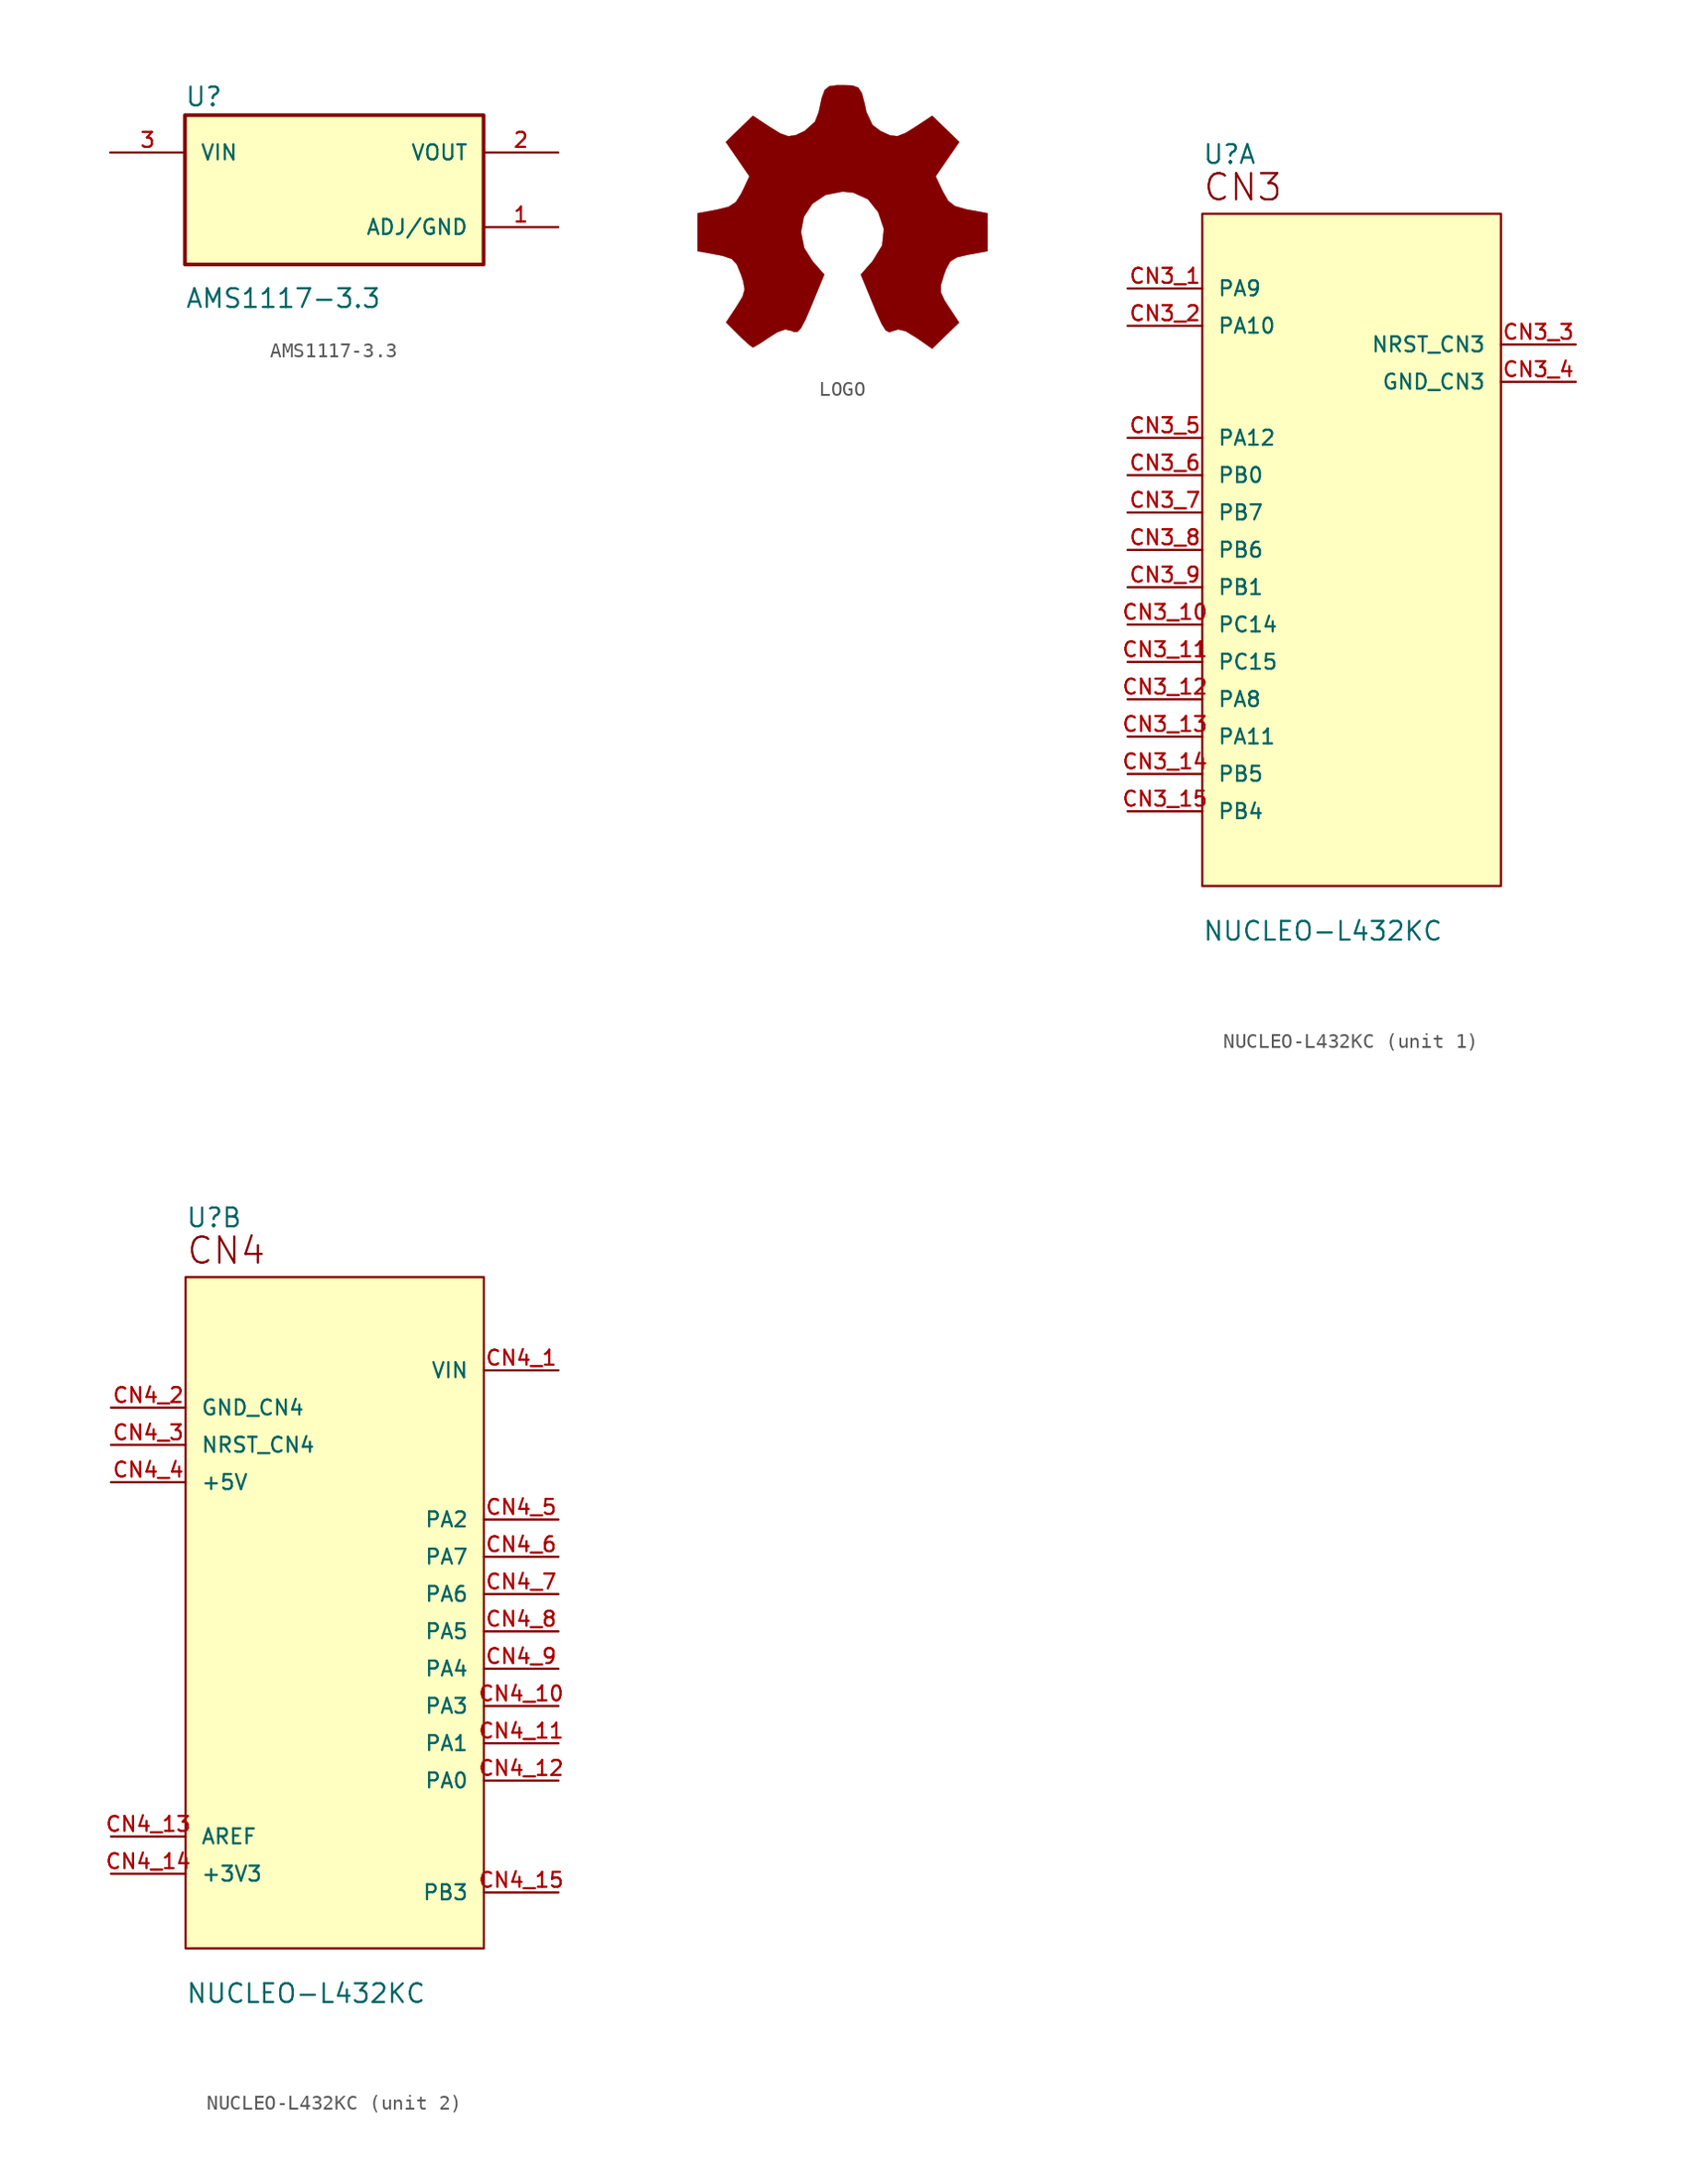
<source format=kicad_sym>
(kicad_symbol_lib
  (version 20220914)
  (generator kicad_symbol_editor)
  (symbol "AMS1117-3.3"
    (pin_names
      (offset 1.016))
    (property "Reference" "U"
      (at -10.185 5.588 0)
      (effects (font (size 1.27 1.27)) (justify left bottom)))
    (property "Value" "AMS1117-3.3"
      (at -10.16 -8.128 0)
      (effects (font (size 1.27 1.27)) (justify left bottom)))
    (property "ki_locked" ""
      (at 0 0 0)
      (effects (font (size 1.27 1.27))))
    (symbol "AMS1117-3.3_0_0"
      (rectangle (start -10.16 -5.08) (end 10.16 5.08) (stroke (width 0.254) (type default)) (fill (type background)))
      (pin power_in line (at 15.24 -2.54 180) (length 5.08) (name "ADJ/GND" (effects (font (size 1.016 1.016)))) (number "1" (effects (font (size 1.016 1.016)))))
      (pin output line (at 15.24 2.54 180) (length 5.08) (name "VOUT" (effects (font (size 1.016 1.016)))) (number "2" (effects (font (size 1.016 1.016)))))
      (pin input line (at -15.24 2.54 0) (length 5.08) (name "VIN" (effects (font (size 1.016 1.016)))) (number "3" (effects (font (size 1.016 1.016)))))))
  (symbol "LOGO"
    (pin_names
      (offset 1.016))
    (property "Reference" "#G"
      (at 0 12.876 0)
      (effects (font (size 1.27 1.27)) hide))
    (symbol "LOGO_0_0"
      (polyline (pts (xy 7.151 -3.522) (xy 8.068 -2.633) (xy 7.361 -1.563) (xy 7.083 -1.133) (xy 6.827 -0.589) (xy 6.825 -0.085) (xy 7.042 0.629) (xy 7.177 1.001) (xy 7.469 1.526) (xy 7.918 1.803) (xy 8.714 1.986) (xy 9.998 2.22) (xy 9.998 4.805) (xy 8.715 5.04) (xy 8.526 5.076) (xy 7.778 5.289) (xy 7.323 5.646) (xy 6.952 6.294) (xy 6.472 7.314) (xy 7.275 8.482) (xy 8.078 9.649) (xy 6.236 11.435) (xy 5.15 10.716) (xy 4.422 10.261) (xy 3.866 10.047) (xy 3.363 10.101) (xy 2.711 10.399) (xy 2.171 10.811) (xy 1.759 11.682) (xy 1.641 12.257) (xy 1.448 12.98) (xy 1.201 13.352) (xy 0.798 13.491) (xy 0.135 13.511) (xy -0.26 13.507) (xy -0.771 13.438) (xy -1.077 13.189) (xy -1.281 12.642) (xy -1.488 11.682) (xy -1.736 11.033) (xy -2.441 10.399) (xy -3.048 10.117) (xy -3.556 10.041) (xy -4.1 10.233) (xy -4.88 10.716) (xy -5.966 11.435) (xy -6.887 10.542) (xy -7.808 9.649) (xy -7.005 8.482) (xy -6.202 7.314) (xy -6.682 6.294) (xy -6.755 6.144) (xy -7.125 5.561) (xy -7.619 5.242) (xy -8.445 5.04) (xy -9.728 4.805) (xy -9.728 2.22) (xy -8.444 1.986) (xy -8.019 1.903) (xy -7.408 1.695) (xy -7.056 1.322) (xy -6.772 0.629) (xy -6.625 0.185) (xy -6.527 -0.38) (xy -6.669 -0.876) (xy -7.087 -1.558) (xy -7.791 -2.623) (xy -6.941 -3.473) (xy -6.696 -3.712) (xy -6.214 -4.15) (xy -5.965 -4.323) (xy -5.884 -4.293) (xy -5.462 -4.045) (xy -4.833 -3.627) (xy -4.317 -3.298) (xy -3.762 -3.1) (xy -3.313 -3.205) (xy -3.189 -3.263) (xy -2.936 -3.267) (xy -2.689 -3.018) (xy -2.383 -2.432) (xy -1.952 -1.424) (xy -1.106 0.633) (xy -1.904 1.542) (xy -2.466 2.435) (xy -2.688 3.523) (xy -2.492 4.56) (xy -1.924 5.436) (xy -1.033 6.043) (xy 0.135 6.269) (xy 0.862 6.202) (xy 1.858 5.756) (xy 2.564 4.869) (xy 2.941 3.733) (xy 2.825 2.609) (xy 2.174 1.542) (xy 1.376 0.633) (xy 2.223 -1.424) (xy 2.424 -1.908) (xy 2.794 -2.727) (xy 3.067 -3.16) (xy 3.309 -3.291) (xy 3.583 -3.205) (xy 3.921 -3.101) (xy 4.428 -3.221) (xy 5.166 -3.67) (xy 6.234 -4.41) (xy 7.151 -3.522)) (stroke (width 0.01) (type default)) (fill (type outline)))))
  (symbol "NUCLEO-L432KC"
    (pin_names
      (offset 1.016))
    (property "Reference" "U"
      (at -10.16 21.082 0)
      (effects (font (size 1.27 1.27)) (justify left bottom)))
    (property "Value" "NUCLEO-L432KC"
      (at -10.16 -31.75 0)
      (effects (font (size 1.27 1.27)) (justify left bottom)))
    (property "ki_locked" ""
      (at 0 0 0)
      (effects (font (size 1.27 1.27))))
    (symbol "NUCLEO-L432KC_1_0"
      (rectangle (start -10.16 17.78) (end 10.16 -27.94) (stroke (width 0.152) (type default)) (fill (type background)))
      (text "CN3" (at -10.16 18.542 0) (effects (font (size 1.778 1.778)) (justify left bottom)))
      (pin bidirectional line (at -15.24 12.7 0) (length 5.08) (name "PA9" (effects (font (size 1.016 1.016)))) (number "CN3_1" (effects (font (size 1.016 1.016)))))
      (pin bidirectional line (at -15.24 -10.16 0) (length 5.08) (name "PC14" (effects (font (size 1.016 1.016)))) (number "CN3_10" (effects (font (size 1.016 1.016)))))
      (pin bidirectional line (at -15.24 -12.7 0) (length 5.08) (name "PC15" (effects (font (size 1.016 1.016)))) (number "CN3_11" (effects (font (size 1.016 1.016)))))
      (pin bidirectional line (at -15.24 -15.24 0) (length 5.08) (name "PA8" (effects (font (size 1.016 1.016)))) (number "CN3_12" (effects (font (size 1.016 1.016)))))
      (pin bidirectional line (at -15.24 -17.78 0) (length 5.08) (name "PA11" (effects (font (size 1.016 1.016)))) (number "CN3_13" (effects (font (size 1.016 1.016)))))
      (pin bidirectional line (at -15.24 -20.32 0) (length 5.08) (name "PB5" (effects (font (size 1.016 1.016)))) (number "CN3_14" (effects (font (size 1.016 1.016)))))
      (pin bidirectional line (at -15.24 -22.86 0) (length 5.08) (name "PB4" (effects (font (size 1.016 1.016)))) (number "CN3_15" (effects (font (size 1.016 1.016)))))
      (pin bidirectional line (at -15.24 10.16 0) (length 5.08) (name "PA10" (effects (font (size 1.016 1.016)))) (number "CN3_2" (effects (font (size 1.016 1.016)))))
      (pin bidirectional line (at 15.24 8.89 180) (length 5.08) (name "NRST_CN3" (effects (font (size 1.016 1.016)))) (number "CN3_3" (effects (font (size 1.016 1.016)))))
      (pin power_in line (at 15.24 6.35 180) (length 5.08) (name "GND_CN3" (effects (font (size 1.016 1.016)))) (number "CN3_4" (effects (font (size 1.016 1.016)))))
      (pin bidirectional line (at -15.24 2.54 0) (length 5.08) (name "PA12" (effects (font (size 1.016 1.016)))) (number "CN3_5" (effects (font (size 1.016 1.016)))))
      (pin bidirectional line (at -15.24 0 0) (length 5.08) (name "PB0" (effects (font (size 1.016 1.016)))) (number "CN3_6" (effects (font (size 1.016 1.016)))))
      (pin bidirectional line (at -15.24 -2.54 0) (length 5.08) (name "PB7" (effects (font (size 1.016 1.016)))) (number "CN3_7" (effects (font (size 1.016 1.016)))))
      (pin bidirectional line (at -15.24 -5.08 0) (length 5.08) (name "PB6" (effects (font (size 1.016 1.016)))) (number "CN3_8" (effects (font (size 1.016 1.016)))))
      (pin bidirectional line (at -15.24 -7.62 0) (length 5.08) (name "PB1" (effects (font (size 1.016 1.016)))) (number "CN3_9" (effects (font (size 1.016 1.016))))))
    (symbol "NUCLEO-L432KC_2_0"
      (rectangle (start -10.16 17.78) (end 10.16 -27.94) (stroke (width 0.152) (type default)) (fill (type background)))
      (text "CN4" (at -10.16 18.542 0) (effects (font (size 1.778 1.778)) (justify left bottom)))
      (pin input line (at 15.24 11.43 180) (length 5.08) (name "VIN" (effects (font (size 1.016 1.016)))) (number "CN4_1" (effects (font (size 1.016 1.016)))))
      (pin bidirectional line (at 15.24 -11.43 180) (length 5.08) (name "PA3" (effects (font (size 1.016 1.016)))) (number "CN4_10" (effects (font (size 1.016 1.016)))))
      (pin bidirectional line (at 15.24 -13.97 180) (length 5.08) (name "PA1" (effects (font (size 1.016 1.016)))) (number "CN4_11" (effects (font (size 1.016 1.016)))))
      (pin bidirectional line (at 15.24 -16.51 180) (length 5.08) (name "PA0" (effects (font (size 1.016 1.016)))) (number "CN4_12" (effects (font (size 1.016 1.016)))))
      (pin bidirectional line (at -15.24 -20.32 0) (length 5.08) (name "AREF" (effects (font (size 1.016 1.016)))) (number "CN4_13" (effects (font (size 1.016 1.016)))))
      (pin power_in line (at -15.24 -22.86 0) (length 5.08) (name "+3V3" (effects (font (size 1.016 1.016)))) (number "CN4_14" (effects (font (size 1.016 1.016)))))
      (pin bidirectional line (at 15.24 -24.13 180) (length 5.08) (name "PB3" (effects (font (size 1.016 1.016)))) (number "CN4_15" (effects (font (size 1.016 1.016)))))
      (pin power_in line (at -15.24 8.89 0) (length 5.08) (name "GND_CN4" (effects (font (size 1.016 1.016)))) (number "CN4_2" (effects (font (size 1.016 1.016)))))
      (pin bidirectional line (at -15.24 6.35 0) (length 5.08) (name "NRST_CN4" (effects (font (size 1.016 1.016)))) (number "CN4_3" (effects (font (size 1.016 1.016)))))
      (pin power_in line (at -15.24 3.81 0) (length 5.08) (name "+5V" (effects (font (size 1.016 1.016)))) (number "CN4_4" (effects (font (size 1.016 1.016)))))
      (pin bidirectional line (at 15.24 1.27 180) (length 5.08) (name "PA2" (effects (font (size 1.016 1.016)))) (number "CN4_5" (effects (font (size 1.016 1.016)))))
      (pin bidirectional line (at 15.24 -1.27 180) (length 5.08) (name "PA7" (effects (font (size 1.016 1.016)))) (number "CN4_6" (effects (font (size 1.016 1.016)))))
      (pin bidirectional line (at 15.24 -3.81 180) (length 5.08) (name "PA6" (effects (font (size 1.016 1.016)))) (number "CN4_7" (effects (font (size 1.016 1.016)))))
      (pin bidirectional line (at 15.24 -6.35 180) (length 5.08) (name "PA5" (effects (font (size 1.016 1.016)))) (number "CN4_8" (effects (font (size 1.016 1.016)))))
      (pin bidirectional line (at 15.24 -8.89 180) (length 5.08) (name "PA4" (effects (font (size 1.016 1.016)))) (number "CN4_9" (effects (font (size 1.016 1.016))))))))
</source>
